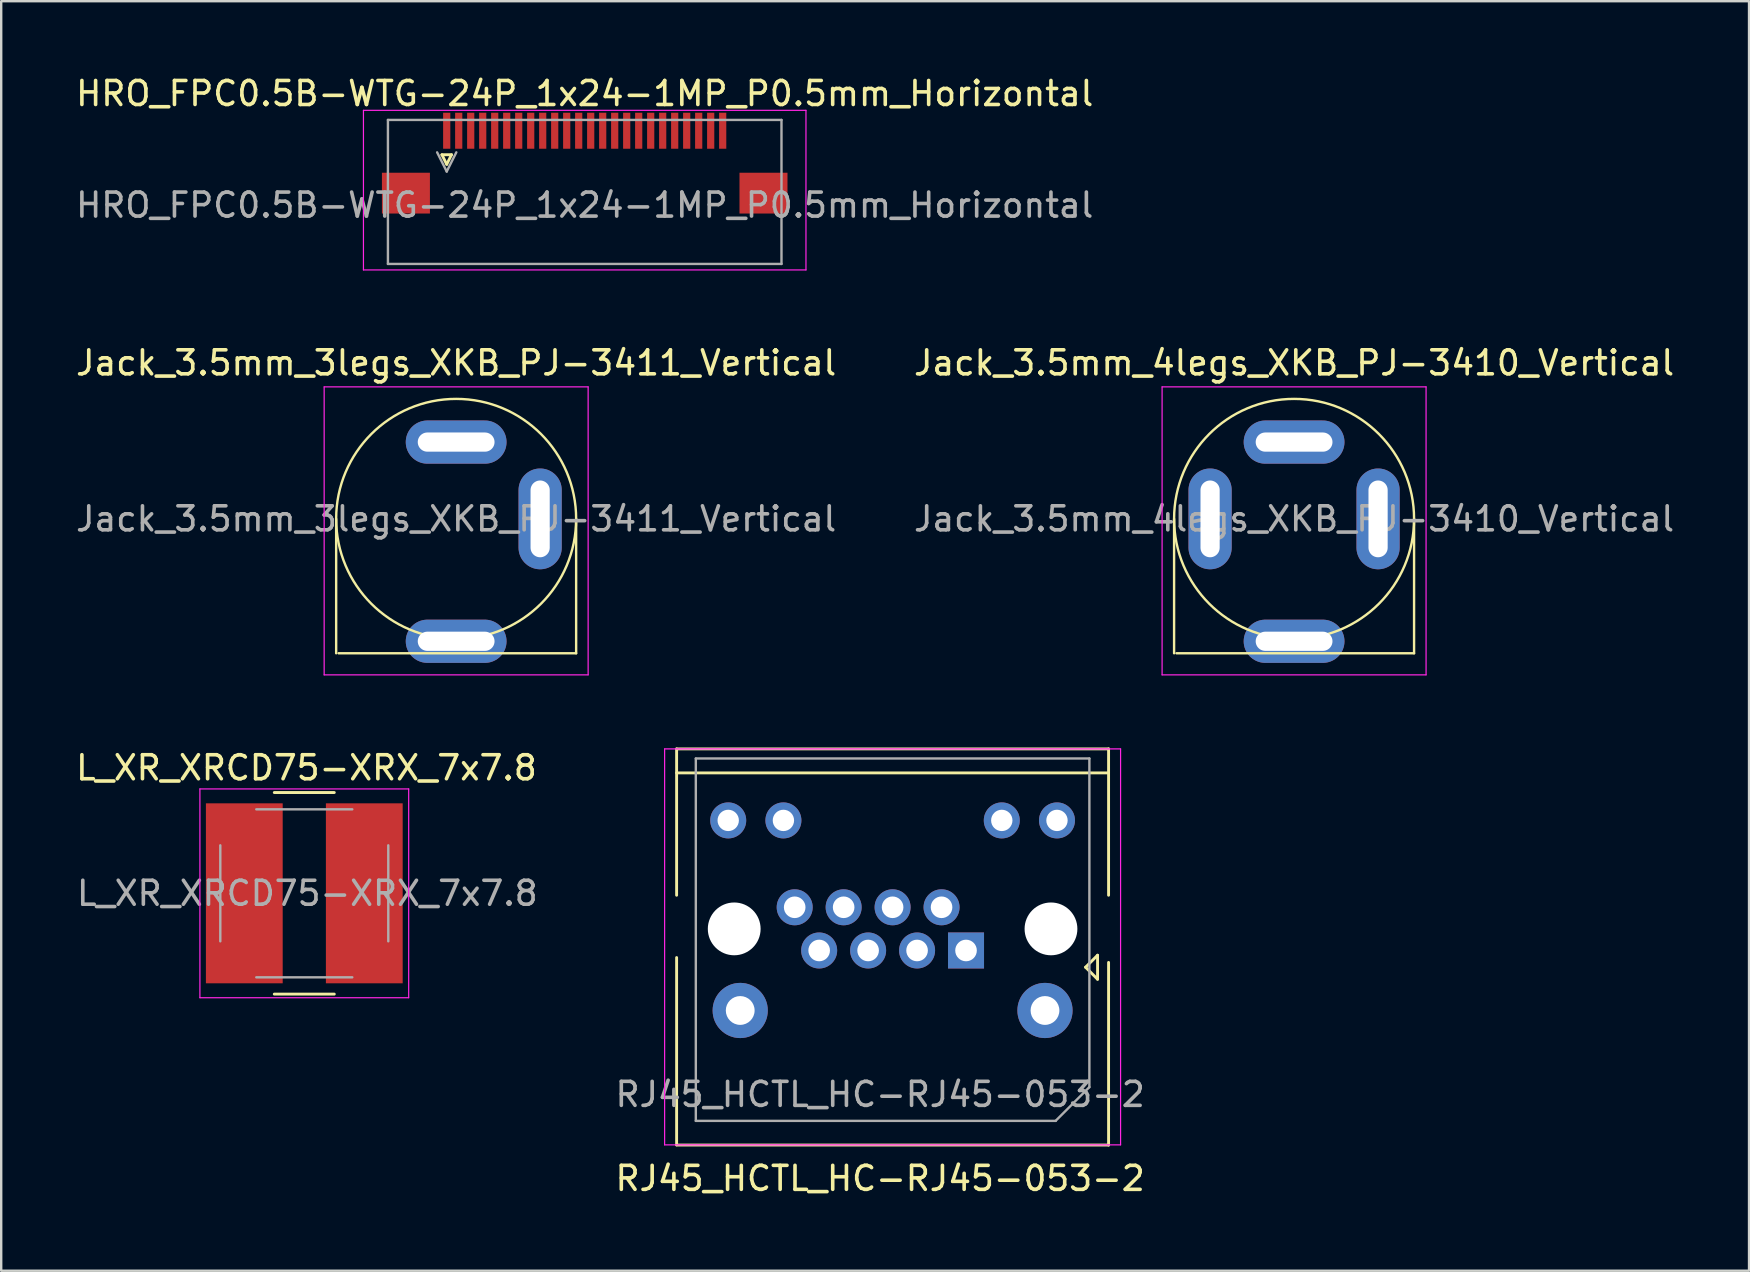
<source format=kicad_pcb>
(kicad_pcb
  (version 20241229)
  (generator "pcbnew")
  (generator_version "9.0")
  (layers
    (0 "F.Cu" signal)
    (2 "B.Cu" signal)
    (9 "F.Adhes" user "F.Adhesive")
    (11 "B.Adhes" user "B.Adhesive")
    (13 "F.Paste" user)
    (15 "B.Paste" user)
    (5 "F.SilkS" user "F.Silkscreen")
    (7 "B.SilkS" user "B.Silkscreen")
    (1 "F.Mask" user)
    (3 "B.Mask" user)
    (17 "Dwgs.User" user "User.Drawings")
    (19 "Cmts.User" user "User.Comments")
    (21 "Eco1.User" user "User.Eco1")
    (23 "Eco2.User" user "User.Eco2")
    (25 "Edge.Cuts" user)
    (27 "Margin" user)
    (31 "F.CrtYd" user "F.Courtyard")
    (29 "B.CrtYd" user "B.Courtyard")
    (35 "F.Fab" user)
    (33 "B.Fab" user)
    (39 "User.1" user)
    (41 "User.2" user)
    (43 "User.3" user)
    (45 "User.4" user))
  (footprint "HRO_FPC0.5B-WTG-24P_1x24-1MP_P0.5mm_Horizontal"
    (layer "F.Cu")
    (at 21.315 3.948)
    (property "Reference" "HRO_FPC0.5B-WTG-24P_1x24-1MP_P0.5mm_Horizontal" (at 0 -3.1 0) (layer "F.SilkS") (effects (font (size 1 1) (thickness 0.15))))
    (attr smd)
    (fp_line (start -5.95 -0.55) (end -5.75 -0.15) (stroke (width 0.12) (type solid)) (layer "F.SilkS"))
    (fp_line (start -5.75 -0.15) (end -5.55 -0.55) (stroke (width 0.12) (type solid)) (layer "F.SilkS"))
    (fp_line (start -5.55 -0.55) (end -5.95 -0.55) (stroke (width 0.12) (type solid)) (layer "F.SilkS"))
    (fp_line (start -9.22 -2.4) (end -9.22 4.25) (stroke (width 0.05) (type solid)) (layer "F.CrtYd"))
    (fp_line (start -9.22 4.25) (end 9.22 4.25) (stroke (width 0.05) (type solid)) (layer "F.CrtYd"))
    (fp_line (start 9.22 -2.4) (end -9.22 -2.4) (stroke (width 0.05) (type solid)) (layer "F.CrtYd"))
    (fp_line (start 9.22 4.25) (end 9.22 -2.4) (stroke (width 0.05) (type solid)) (layer "F.CrtYd"))
    (fp_line (start -8.2 -2) (end -8.2 4) (stroke (width 0.1) (type default)) (layer "F.Fab"))
    (fp_line (start -8.2 -2) (end 8.2 -2) (stroke (width 0.1) (type default)) (layer "F.Fab"))
    (fp_line (start -8.2 4) (end 8.2 4) (stroke (width 0.1) (type default)) (layer "F.Fab"))
    (fp_line (start -6.15 -0.65) (end -5.75 0.15) (stroke (width 0.1) (type solid)) (layer "F.Fab"))
    (fp_line (start -5.75 0.15) (end -5.35 -0.65) (stroke (width 0.1) (type solid)) (layer "F.Fab"))
    (fp_line (start 8.2 -2) (end 8.2 4) (stroke (width 0.1) (type default)) (layer "F.Fab"))
    (fp_text user "${REFERENCE}" (at 0 1.55 0) (layer "F.Fab") (effects (font (size 1 1) (thickness 0.15))))
    (pad "1" smd rect (at -5.75 -1.55) (size 0.3 1.5) (layers "F.Cu" "F.Mask" "F.Paste"))
    (pad "2" smd rect (at -5.25 -1.55) (size 0.3 1.5) (layers "F.Cu" "F.Mask" "F.Paste"))
    (pad "3" smd rect (at -4.75 -1.55) (size 0.3 1.5) (layers "F.Cu" "F.Mask" "F.Paste"))
    (pad "4" smd rect (at -4.25 -1.55) (size 0.3 1.5) (layers "F.Cu" "F.Mask" "F.Paste"))
    (pad "5" smd rect (at -3.75 -1.55) (size 0.3 1.5) (layers "F.Cu" "F.Mask" "F.Paste"))
    (pad "6" smd rect (at -3.25 -1.55) (size 0.3 1.5) (layers "F.Cu" "F.Mask" "F.Paste"))
    (pad "7" smd rect (at -2.75 -1.55) (size 0.3 1.5) (layers "F.Cu" "F.Mask" "F.Paste"))
    (pad "8" smd rect (at -2.25 -1.55) (size 0.3 1.5) (layers "F.Cu" "F.Mask" "F.Paste"))
    (pad "9" smd rect (at -1.75 -1.55) (size 0.3 1.5) (layers "F.Cu" "F.Mask" "F.Paste"))
    (pad "10" smd rect (at -1.25 -1.55) (size 0.3 1.5) (layers "F.Cu" "F.Mask" "F.Paste"))
    (pad "11" smd rect (at -0.75 -1.55) (size 0.3 1.5) (layers "F.Cu" "F.Mask" "F.Paste"))
    (pad "12" smd rect (at -0.25 -1.55) (size 0.3 1.5) (layers "F.Cu" "F.Mask" "F.Paste"))
    (pad "13" smd rect (at 0.25 -1.55) (size 0.3 1.5) (layers "F.Cu" "F.Mask" "F.Paste"))
    (pad "14" smd rect (at 0.75 -1.55) (size 0.3 1.5) (layers "F.Cu" "F.Mask" "F.Paste"))
    (pad "15" smd rect (at 1.25 -1.55) (size 0.3 1.5) (layers "F.Cu" "F.Mask" "F.Paste"))
    (pad "16" smd rect (at 1.75 -1.55) (size 0.3 1.5) (layers "F.Cu" "F.Mask" "F.Paste"))
    (pad "17" smd rect (at 2.25 -1.55) (size 0.3 1.5) (layers "F.Cu" "F.Mask" "F.Paste"))
    (pad "18" smd rect (at 2.75 -1.55) (size 0.3 1.5) (layers "F.Cu" "F.Mask" "F.Paste"))
    (pad "19" smd rect (at 3.25 -1.55) (size 0.3 1.5) (layers "F.Cu" "F.Mask" "F.Paste"))
    (pad "20" smd rect (at 3.75 -1.55) (size 0.3 1.5) (layers "F.Cu" "F.Mask" "F.Paste"))
    (pad "21" smd rect (at 4.25 -1.55) (size 0.3 1.5) (layers "F.Cu" "F.Mask" "F.Paste"))
    (pad "22" smd rect (at 4.75 -1.55) (size 0.3 1.5) (layers "F.Cu" "F.Mask" "F.Paste"))
    (pad "23" smd rect (at 5.25 -1.55) (size 0.3 1.5) (layers "F.Cu" "F.Mask" "F.Paste"))
    (pad "24" smd rect (at 5.75 -1.55) (size 0.3 1.5) (layers "F.Cu" "F.Mask" "F.Paste"))
    (pad "MP" smd rect (at -7.45 1.05) (size 2 1.7) (layers "F.Cu" "F.Mask" "F.Paste"))
    (pad "MP" smd rect (at 7.45 1.05 180) (size 2 1.7) (layers "F.Cu" "F.Mask" "F.Paste")))
  (footprint "Jack_3.5mm_4legs_XKB_PJ-3410_Vertical"
    (layer "F.Cu")
    (at 50.875 18.572)
    (property "Reference" "Jack_3.5mm_4legs_XKB_PJ-3410_Vertical" (at 0 -6.5 0) (layer "F.SilkS") (effects (font (size 1 1) (thickness 0.15))))
    (attr smd)
    (fp_line (start -5 0) (end -5 5.6) (stroke (width 0.1) (type default)) (layer "F.SilkS"))
    (fp_line (start -4.9 5.6) (end 5 5.6) (stroke (width 0.1) (type default)) (layer "F.SilkS"))
    (fp_line (start 5 0) (end 5 5.6) (stroke (width 0.1) (type default)) (layer "F.SilkS"))
    (fp_circle (center 0 0) (end 5 0) (stroke (width 0.1) (type default)) (fill no) (layer "F.SilkS"))
    (fp_line (start -5.5 -5.5) (end 5.5 -5.5) (stroke (width 0.05) (type solid)) (layer "F.CrtYd"))
    (fp_line (start -5.5 6.5) (end -5.5 -5.5) (stroke (width 0.05) (type solid)) (layer "F.CrtYd"))
    (fp_line (start 5.5 -5.5) (end 5.5 6.5) (stroke (width 0.05) (type solid)) (layer "F.CrtYd"))
    (fp_line (start 5.5 6.5) (end -5.5 6.5) (stroke (width 0.05) (type solid)) (layer "F.CrtYd"))
    (fp_text user "${REFERENCE}" (at 0 0 0) (layer "F.Fab") (effects (font (size 1 1) (thickness 0.15))))
    (pad "R" thru_hole oval (at 0 -3.2) (size 4.2 1.8) (drill oval 3.2 0.8) (layers "*.Cu" "*.Mask"))
    (pad "S" thru_hole oval (at 3.5 0 90) (size 4.2 1.8) (drill oval 3.2 0.8) (layers "*.Cu" "*.Mask"))
    (pad "T" thru_hole oval (at -3.5 0 90) (size 4.2 1.8) (drill oval 3.2 0.8) (layers "*.Cu" "*.Mask"))
    (pad "T" thru_hole oval (at 0 5.1 180) (size 4.2 1.8) (drill oval 3.2 0.8) (layers "*.Cu" "*.Mask")))
  (footprint "L_XR_XRCD75-XRX_7x7.8"
    (layer "F.Cu")
    (at 9.63 34.175)
    (property "Reference" "L_XR_XRCD75-XRX_7x7.8" (at 0.09 -5.23 0) (layer "F.SilkS") (effects (font (size 1 1) (thickness 0.15))))
    (attr smd)
    (fp_line (start -1.25 4.2) (end 1.25 4.2) (stroke (width 0.12) (type solid)) (layer "F.SilkS"))
    (fp_line (start 1.25 -4.2) (end -1.25 -4.2) (stroke (width 0.12) (type solid)) (layer "F.SilkS"))
    (fp_line (start -4.35 -4.35) (end -4.35 4.35) (stroke (width 0.05) (type solid)) (layer "F.CrtYd"))
    (fp_line (start -4.35 -4.35) (end 4.35 -4.35) (stroke (width 0.05) (type solid)) (layer "F.CrtYd"))
    (fp_line (start -4.35 4.35) (end 4.35 4.35) (stroke (width 0.05) (type solid)) (layer "F.CrtYd"))
    (fp_line (start 4.35 -4.35) (end 4.35 4.35) (stroke (width 0.05) (type solid)) (layer "F.CrtYd"))
    (fp_line (start -3.5 -2) (end -3.5 2) (stroke (width 0.1) (type solid)) (layer "F.Fab"))
    (fp_line (start -2 3.5) (end 2 3.5) (stroke (width 0.1) (type solid)) (layer "F.Fab"))
    (fp_line (start 2 -3.5) (end -2 -3.5) (stroke (width 0.1) (type solid)) (layer "F.Fab"))
    (fp_line (start 3.5 -2) (end 3.5 2) (stroke (width 0.1) (type solid)) (layer "F.Fab"))
    (fp_text user "${REFERENCE}" (at 0.127 0 0) (layer "F.Fab") (effects (font (size 1 1) (thickness 0.15))))
    (pad "1" smd rect (at -2.5 0) (size 3.2 7.5) (layers "F.Cu" "F.Mask" "F.Paste"))
    (pad "2" smd rect (at 2.5 0) (size 3.2 7.5) (layers "F.Cu" "F.Mask" "F.Paste")))
  (footprint "Jack_3.5mm_3legs_XKB_PJ-3411_Vertical"
    (layer "F.Cu")
    (at 15.958 18.572)
    (property "Reference" "Jack_3.5mm_3legs_XKB_PJ-3411_Vertical" (at 0 -6.5 0) (layer "F.SilkS") (effects (font (size 1 1) (thickness 0.15))))
    (attr smd)
    (fp_line (start -5 0) (end -5 5.6) (stroke (width 0.1) (type default)) (layer "F.SilkS"))
    (fp_line (start -4.9 5.6) (end 5 5.6) (stroke (width 0.1) (type default)) (layer "F.SilkS"))
    (fp_line (start 5 0) (end 5 5.6) (stroke (width 0.1) (type default)) (layer "F.SilkS"))
    (fp_circle (center 0 0) (end 5 0) (stroke (width 0.1) (type default)) (fill no) (layer "F.SilkS"))
    (fp_line (start -5.5 -5.5) (end 5.5 -5.5) (stroke (width 0.05) (type solid)) (layer "F.CrtYd"))
    (fp_line (start -5.5 6.5) (end -5.5 -5.5) (stroke (width 0.05) (type solid)) (layer "F.CrtYd"))
    (fp_line (start 5.5 -5.5) (end 5.5 6.5) (stroke (width 0.05) (type solid)) (layer "F.CrtYd"))
    (fp_line (start 5.5 6.5) (end -5.5 6.5) (stroke (width 0.05) (type solid)) (layer "F.CrtYd"))
    (fp_text user "${REFERENCE}" (at 0 0 0) (layer "F.Fab") (effects (font (size 1 1) (thickness 0.15))))
    (pad "R" thru_hole oval (at 0 -3.2) (size 4.2 1.8) (drill oval 3.2 0.8) (layers "*.Cu" "*.Mask"))
    (pad "S" thru_hole oval (at 3.5 0 90) (size 4.2 1.8) (drill oval 3.2 0.8) (layers "*.Cu" "*.Mask"))
    (pad "T" thru_hole oval (at 0 5.1 180) (size 4.2 1.8) (drill oval 3.2 0.8) (layers "*.Cu" "*.Mask")))
  (footprint "RJ45_HCTL_HC-RJ45-053-2"
    (layer "F.Cu")
    (at 34.145 35.657)
    (property "Reference" "RJ45_HCTL_HC-RJ45-053-2" (at -0.519 10.398 180) (layer "F.SilkS") (effects (font (size 1 1) (thickness 0.15))))
    (attr through_hole)
    (fp_line (start -9 -7.5) (end -9 -1.402) (stroke (width 0.12) (type solid)) (layer "F.SilkS"))
    (fp_line (start -9 9) (end -9 1.195) (stroke (width 0.12) (type solid)) (layer "F.SilkS"))
    (fp_line (start 8.041 1.598) (end 8.541 1.098) (stroke (width 0.12) (type solid)) (layer "F.SilkS"))
    (fp_line (start 8.541 1.098) (end 8.541 2.098) (stroke (width 0.12) (type solid)) (layer "F.SilkS"))
    (fp_line (start 8.541 2.098) (end 8.041 1.598) (stroke (width 0.12) (type solid)) (layer "F.SilkS"))
    (fp_line (start 9 -7.5) (end -9 -7.5) (stroke (width 0.12) (type solid)) (layer "F.SilkS"))
    (fp_line (start 9 -7.5) (end 9 -1.402) (stroke (width 0.12) (type solid)) (layer "F.SilkS"))
    (fp_line (start 9 -6.5) (end -9 -6.5) (stroke (width 0.12) (type solid)) (layer "F.SilkS"))
    (fp_line (start 9 9.008) (end -9 9.008) (stroke (width 0.12) (type solid)) (layer "F.SilkS"))
    (fp_line (start 9 9.008) (end 9 1.398) (stroke (width 0.12) (type solid)) (layer "F.SilkS"))
    (fp_line (start -9.5 9) (end -9.5 -7.5) (stroke (width 0.05) (type solid)) (layer "F.CrtYd"))
    (fp_line (start 9.5 -7.5) (end -9.5 -7.5) (stroke (width 0.05) (type solid)) (layer "F.CrtYd"))
    (fp_line (start 9.5 9) (end -9.5 9) (stroke (width 0.05) (type solid)) (layer "F.CrtYd"))
    (fp_line (start 9.5 9) (end 9.5 -7.5) (stroke (width 0.05) (type solid)) (layer "F.CrtYd"))
    (fp_line (start -8.2 8) (end -8.2 -7.1) (stroke (width 0.1) (type solid)) (layer "F.Fab"))
    (fp_line (start 6.8 8) (end -8.2 8) (stroke (width 0.1) (type solid)) (layer "F.Fab"))
    (fp_line (start 8.2 -7.1) (end -8.2 -7.1) (stroke (width 0.1) (type solid)) (layer "F.Fab"))
    (fp_line (start 8.2 6.592) (end 6.792 8) (stroke (width 0.1) (type solid)) (layer "F.Fab"))
    (fp_line (start 8.2 6.6) (end 8.2 -7.1) (stroke (width 0.1) (type solid)) (layer "F.Fab"))
    (fp_text user "${REFERENCE}" (at -0.519 6.898 180) (layer "F.Fab") (effects (font (size 1 1) (thickness 0.15))))
    (pad "" np_thru_hole circle (at -6.6 0 180) (size 2.2 2.2) (drill 2.2) (layers "*.Cu" "*.Mask"))
    (pad "" np_thru_hole circle (at 6.6 0 180) (size 2.2 2.2) (drill 2.2) (layers "*.Cu" "*.Mask"))
    (pad "1" thru_hole rect (at 3.06 0.9 180) (size 1.5 1.5) (drill 0.9) (layers "*.Cu" "*.Mask"))
    (pad "2" thru_hole circle (at 2.04 -0.9 180) (size 1.5 1.5) (drill 0.9) (layers "*.Cu" "*.Mask"))
    (pad "3" thru_hole circle (at 1.02 0.9 180) (size 1.5 1.5) (drill 0.9) (layers "*.Cu" "*.Mask"))
    (pad "4" thru_hole circle (at 0 -0.9 180) (size 1.5 1.5) (drill 0.9) (layers "*.Cu" "*.Mask"))
    (pad "5" thru_hole circle (at -1.02 0.9 180) (size 1.5 1.5) (drill 0.9) (layers "*.Cu" "*.Mask"))
    (pad "6" thru_hole circle (at -2.04 -0.9 180) (size 1.5 1.5) (drill 0.9) (layers "*.Cu" "*.Mask"))
    (pad "7" thru_hole circle (at -3.06 0.9 180) (size 1.5 1.5) (drill 0.9) (layers "*.Cu" "*.Mask"))
    (pad "8" thru_hole circle (at -4.08 -0.9 180) (size 1.5 1.5) (drill 0.9) (layers "*.Cu" "*.Mask"))
    (pad "9" thru_hole circle (at 6.85 -4.52 180) (size 1.5 1.5) (drill 0.89) (layers "*.Cu" "*.Mask"))
    (pad "10" thru_hole circle (at 4.55 -4.52 180) (size 1.5 1.5) (drill 0.89) (layers "*.Cu" "*.Mask"))
    (pad "11" thru_hole circle (at -4.55 -4.52 180) (size 1.5 1.5) (drill 0.89) (layers "*.Cu" "*.Mask"))
    (pad "12" thru_hole circle (at -6.85 -4.52 180) (size 1.5 1.5) (drill 0.89) (layers "*.Cu" "*.Mask"))
    (pad "SH" thru_hole circle (at -6.35 3.4 180) (size 2.3 2.3) (drill 1.2) (layers "*.Cu" "*.Mask"))
    (pad "SH" thru_hole circle (at 6.35 3.4 180) (size 2.3 2.3) (drill 1.2) (layers "*.Cu" "*.Mask")))
  (gr_rect
    (start -3 -3)
    (end 69.833 49.903)
    (stroke (width 0.1) (type default))
    (fill no)
    (layer "Edge.Cuts")))
</source>
